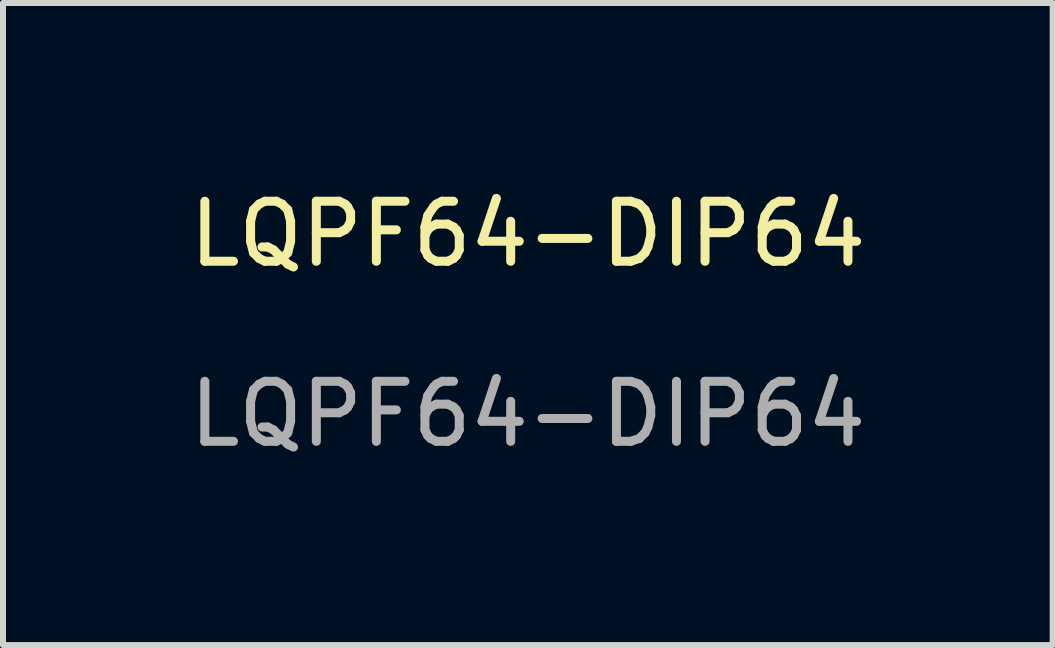
<source format=kicad_pcb>
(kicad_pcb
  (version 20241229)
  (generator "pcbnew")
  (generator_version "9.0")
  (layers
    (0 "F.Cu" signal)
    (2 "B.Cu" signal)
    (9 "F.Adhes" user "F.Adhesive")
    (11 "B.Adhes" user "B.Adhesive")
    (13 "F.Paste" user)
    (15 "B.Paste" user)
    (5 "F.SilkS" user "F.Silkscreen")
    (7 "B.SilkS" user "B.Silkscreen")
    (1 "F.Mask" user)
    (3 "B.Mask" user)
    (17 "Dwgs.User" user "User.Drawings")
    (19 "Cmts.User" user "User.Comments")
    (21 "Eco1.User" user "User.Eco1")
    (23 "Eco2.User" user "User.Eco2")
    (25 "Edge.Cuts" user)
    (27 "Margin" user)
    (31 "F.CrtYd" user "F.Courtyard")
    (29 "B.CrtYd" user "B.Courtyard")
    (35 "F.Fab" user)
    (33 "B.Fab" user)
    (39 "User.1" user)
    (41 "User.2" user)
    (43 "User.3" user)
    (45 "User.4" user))
  (footprint "LQPF64-DIP64"
    (layer "F.Cu")
    (at 5.744 1.348)
    (property "Reference" "LQPF64-DIP64" (at 0 -0.5 0) (unlocked yes) (layer "F.SilkS") (effects (font (size 1 1) (thickness 0.15))))
    (attr smd)
    (fp_text user "${REFERENCE}" (at 0 2.5 0) (unlocked yes) (layer "F.Fab") (effects (font (size 1 1) (thickness 0.15)))))
  (gr_rect
    (start -3 -3)
    (end 14.488 7.697)
    (stroke (width 0.1) (type default))
    (fill no)
    (layer "Edge.Cuts")))
</source>
